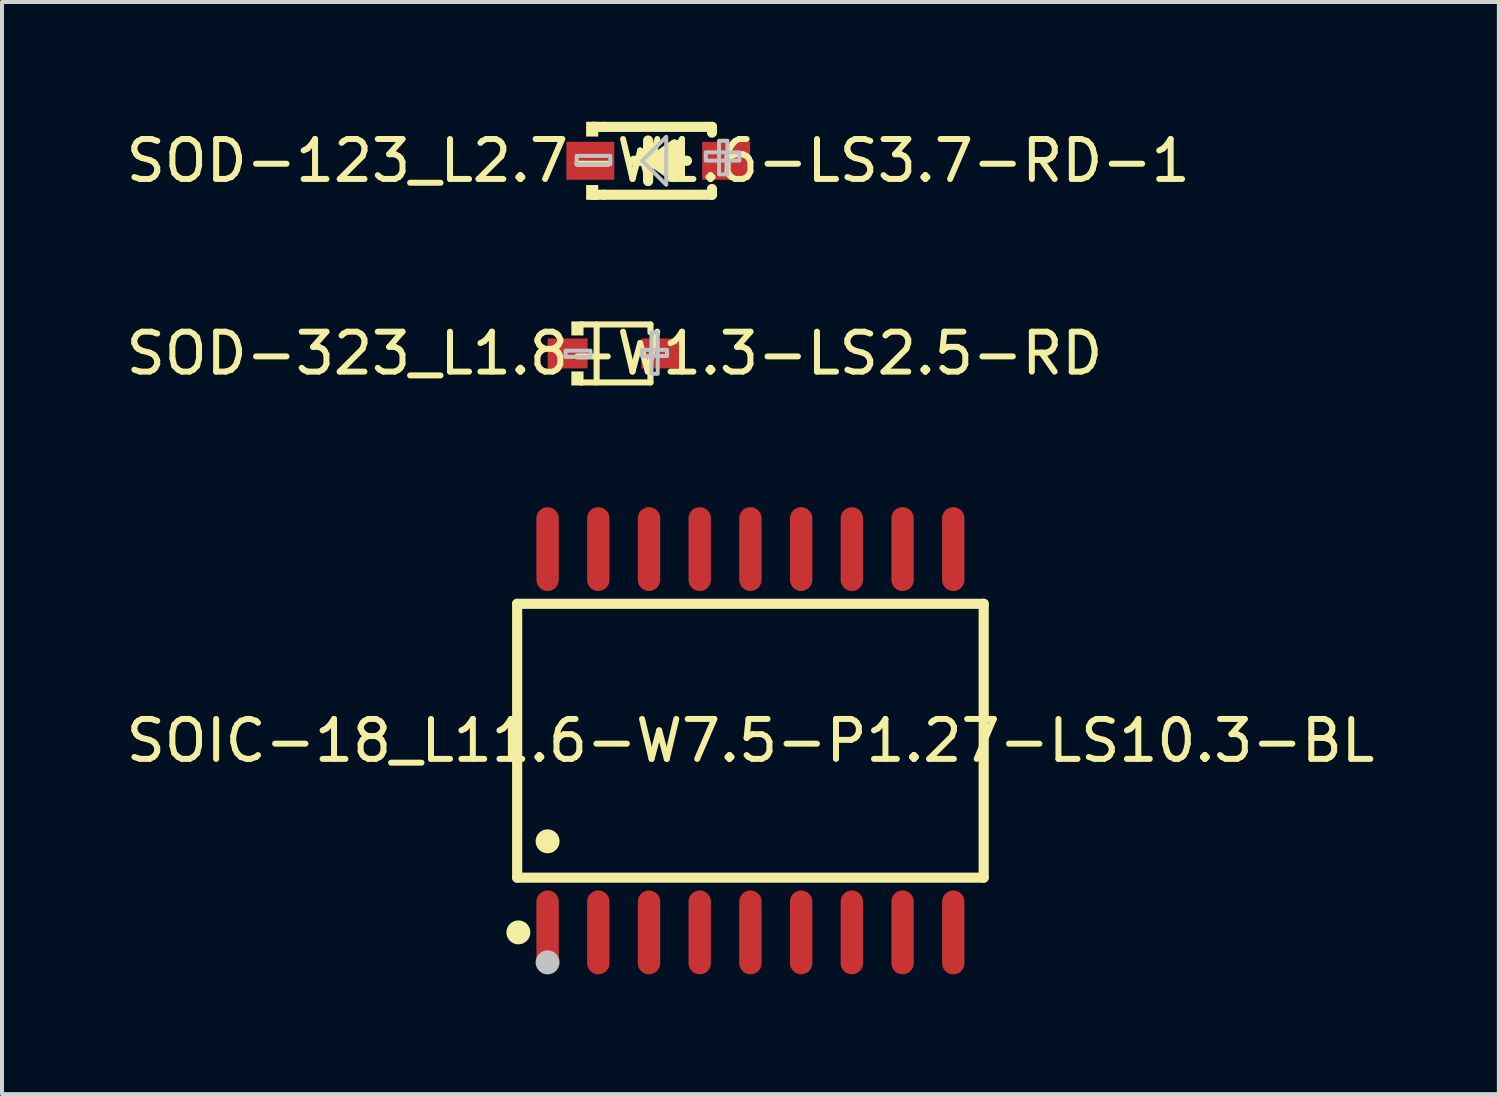
<source format=kicad_pcb>
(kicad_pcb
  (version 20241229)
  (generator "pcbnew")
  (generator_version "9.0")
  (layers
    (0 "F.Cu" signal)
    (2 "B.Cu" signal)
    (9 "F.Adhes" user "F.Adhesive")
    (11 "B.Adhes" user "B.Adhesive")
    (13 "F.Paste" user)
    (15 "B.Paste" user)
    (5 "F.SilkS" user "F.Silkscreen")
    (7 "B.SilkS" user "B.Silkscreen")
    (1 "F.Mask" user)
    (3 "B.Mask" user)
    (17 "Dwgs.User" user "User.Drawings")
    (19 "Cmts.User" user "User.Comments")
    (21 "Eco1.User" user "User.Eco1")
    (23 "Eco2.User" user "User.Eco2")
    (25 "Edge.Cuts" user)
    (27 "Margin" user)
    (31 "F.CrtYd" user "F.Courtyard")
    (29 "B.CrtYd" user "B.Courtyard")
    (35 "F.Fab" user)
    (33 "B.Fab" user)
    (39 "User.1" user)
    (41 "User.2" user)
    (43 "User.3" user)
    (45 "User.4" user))
  (footprint "SOD-123_L2.7-W1.6-LS3.7-RD-1"
    (layer "F.Cu")
    (at 13.435 0.977)
    (property "Reference" "SOD-123_L2.7-W1.6-LS3.7-RD-1" (at 0 0 0) (unlocked yes) (layer "F.SilkS") (effects (font (size 1 1) (thickness 0.15))))
    (fp_line (start -1.643 -0.85) (end -1.644 -0.849) (stroke (width 0.254) (type default)) (layer "F.SilkS"))
    (fp_line (start -1.638 0.85) (end -1.639 0.849) (stroke (width 0.254) (type default)) (layer "F.SilkS"))
    (fp_line (start -1.346 -0.85) (end -1.643 -0.85) (stroke (width 0.254) (type default)) (layer "F.SilkS"))
    (fp_line (start -1.346 -0.85) (end 1.346 -0.85) (stroke (width 0.254) (type default)) (layer "F.SilkS"))
    (fp_line (start -1.346 0.85) (end -1.638 0.85) (stroke (width 0.254) (type default)) (layer "F.SilkS"))
    (fp_line (start -0.28 0) (end -0.61 0) (stroke (width 0.254) (type default)) (layer "F.SilkS"))
    (fp_line (start -0.254 -0.508) (end -0.254 0.508) (stroke (width 0.254) (type default)) (layer "F.SilkS"))
    (fp_line (start -0.178 0) (end 0.406 -0.406) (stroke (width 0.254) (type default)) (layer "F.SilkS"))
    (fp_line (start 0.406 -0.406) (end 0.406 0.406) (stroke (width 0.254) (type default)) (layer "F.SilkS"))
    (fp_line (start 0.406 -0.001) (end 0.72 -0.001) (stroke (width 0.254) (type default)) (layer "F.SilkS"))
    (fp_line (start 0.406 0.406) (end -0.178 0) (stroke (width 0.254) (type default)) (layer "F.SilkS"))
    (fp_line (start 1.346 -0.85) (end 1.346 -0.706) (stroke (width 0.254) (type default)) (layer "F.SilkS"))
    (fp_line (start 1.346 0.706) (end 1.346 0.85) (stroke (width 0.254) (type default)) (layer "F.SilkS"))
    (fp_line (start 1.346 0.85) (end -1.346 0.85) (stroke (width 0.254) (type default)) (layer "F.SilkS"))
    (fp_poly (pts (xy 0.406 0.406) (xy 0.406 -0.406) (xy -0.178 0)) (stroke (width 0) (type default)) (fill yes) (layer "F.SilkS"))
    (fp_poly (pts (xy -1.502 -0.977) (xy -1.502 -0.607) (xy -1.806 -0.607) (xy -1.806 -0.977)) (stroke (width 0) (type default)) (fill yes) (layer "F.SilkS"))
    (fp_poly (pts (xy -1.502 0.977) (xy -1.502 0.607) (xy -1.806 0.607) (xy -1.806 0.977)) (stroke (width 0) (type default)) (fill yes) (layer "F.SilkS"))
    (fp_poly (pts (xy -0.4 0) (xy 0.2 0.6) (xy 0.2 -0.6)) (stroke (width 0.1) (type default)) (fill no) (layer "Dwgs.User"))
    (fp_poly (pts (xy -2.042 -0.124) (xy -1.2 -0.124) (xy -1.2 0.083) (xy -2.042 0.083)) (stroke (width 0.1) (type default)) (fill no) (layer "Dwgs.User"))
    (fp_poly (pts (xy 1.19 -0.212) (xy 2.032 -0.212) (xy 2.032 -0.005) (xy 1.19 -0.005)) (stroke (width 0.1) (type default)) (fill no) (layer "Dwgs.User"))
    (fp_poly (pts (xy 1.524 0.339) (xy 1.524 -0.503) (xy 1.732 -0.503) (xy 1.732 0.339)) (stroke (width 0.1) (type default)) (fill no) (layer "Dwgs.User"))
    (fp_poly (pts (xy -1.85 0.275) (xy -1.85 -0.275) (xy -1.5 -0.275) (xy -1.5 0.275)) (stroke (width 0.1) (type default)) (fill no) (layer "User.1"))
    (fp_poly (pts (xy -1.51 0.275) (xy -1.51 -0.275) (xy -1.34 -0.275) (xy -1.34 0.275)) (stroke (width 0.1) (type default)) (fill no) (layer "User.1"))
    (fp_poly (pts (xy 1.34 0.275) (xy 1.34 -0.275) (xy 1.51 -0.275) (xy 1.51 0.275)) (stroke (width 0.1) (type default)) (fill no) (layer "User.1"))
    (fp_poly (pts (xy 1.5 0.275) (xy 1.5 -0.275) (xy 1.85 -0.275) (xy 1.85 0.275)) (stroke (width 0.1) (type default)) (fill no) (layer "User.1"))
    (fp_line (start -1.35 -0.8) (end 1.35 -0.8) (stroke (width 0.051) (type default)) (layer "User.2"))
    (fp_line (start -1.35 0.8) (end -1.35 -0.8) (stroke (width 0.051) (type default)) (layer "User.2"))
    (fp_line (start 1.35 -0.8) (end 1.35 0.8) (stroke (width 0.051) (type default)) (layer "User.2"))
    (fp_line (start 1.35 0.8) (end -1.35 0.8) (stroke (width 0.051) (type default)) (layer "User.2"))
    (fp_poly (pts (xy -1.79 0.8) (xy -1.808 0.758) (xy -1.85 0.74) (xy -1.892 0.758) (xy -1.91 0.8) (xy -1.892 0.842) (xy -1.85 0.86) (xy -1.808 0.842)) (stroke (width 0.1) (type default)) (fill no) (layer "User.3"))
    (pad "1" smd rect (at -1.7 0) (size 1.2 0.95) (layers "F.Cu" "F.Mask" "F.Paste"))
    (pad "2" smd rect (at 1.7 0) (size 1.2 0.95) (layers "F.Cu" "F.Mask" "F.Paste")))
  (footprint "SOIC-18_L11.6-W7.5-P1.27-LS10.3-BL"
    (layer "F.Cu")
    (at 15.744 15.501)
    (property "Reference" "SOIC-18_L11.6-W7.5-P1.27-LS10.3-BL" (at 0 0 0) (unlocked yes) (layer "F.SilkS") (effects (font (size 1 1) (thickness 0.15))))
    (fp_line (start -5.842 -3.429) (end -5.842 3.429) (stroke (width 0.254) (type default)) (layer "F.SilkS"))
    (fp_line (start -5.842 3.429) (end 5.842 3.429) (stroke (width 0.254) (type default)) (layer "F.SilkS"))
    (fp_line (start 5.842 -3.429) (end -5.842 -3.429) (stroke (width 0.254) (type default)) (layer "F.SilkS"))
    (fp_line (start 5.842 3.429) (end 5.842 -3.429) (stroke (width 0.254) (type default)) (layer "F.SilkS"))
    (fp_circle (center -5.812 4.8) (end -5.662 4.8) (stroke (width 0.3) (type default)) (fill no) (layer "F.SilkS"))
    (fp_circle (center -5.08 2.519) (end -4.93 2.519) (stroke (width 0.3) (type default)) (fill no) (layer "F.SilkS"))
    (fp_circle (center -5.08 5.55) (end -4.93 5.55) (stroke (width 0.3) (type default)) (fill no) (layer "Dwgs.User"))
    (fp_poly (pts (xy -5.28 -5.15) (xy -5.28 -4.45) (xy -4.88 -4.45) (xy -4.88 -5.15)) (stroke (width 0.1) (type default)) (fill no) (layer "User.1"))
    (fp_poly (pts (xy -5.28 -4.46) (xy -5.28 -3.49) (xy -4.88 -3.49) (xy -4.88 -4.46)) (stroke (width 0.1) (type default)) (fill no) (layer "User.1"))
    (fp_poly (pts (xy -5.28 4.46) (xy -5.28 3.49) (xy -4.88 3.49) (xy -4.88 4.46)) (stroke (width 0.1) (type default)) (fill no) (layer "User.1"))
    (fp_poly (pts (xy -5.28 5.15) (xy -5.28 4.45) (xy -4.88 4.45) (xy -4.88 5.15)) (stroke (width 0.1) (type default)) (fill no) (layer "User.1"))
    (fp_poly (pts (xy -4.01 -5.15) (xy -4.01 -4.45) (xy -3.61 -4.45) (xy -3.61 -5.15)) (stroke (width 0.1) (type default)) (fill no) (layer "User.1"))
    (fp_poly (pts (xy -4.01 -4.46) (xy -4.01 -3.49) (xy -3.61 -3.49) (xy -3.61 -4.46)) (stroke (width 0.1) (type default)) (fill no) (layer "User.1"))
    (fp_poly (pts (xy -4.01 4.46) (xy -4.01 3.49) (xy -3.61 3.49) (xy -3.61 4.46)) (stroke (width 0.1) (type default)) (fill no) (layer "User.1"))
    (fp_poly (pts (xy -4.01 5.15) (xy -4.01 4.45) (xy -3.61 4.45) (xy -3.61 5.15)) (stroke (width 0.1) (type default)) (fill no) (layer "User.1"))
    (fp_poly (pts (xy -2.74 -5.15) (xy -2.74 -4.45) (xy -2.34 -4.45) (xy -2.34 -5.15)) (stroke (width 0.1) (type default)) (fill no) (layer "User.1"))
    (fp_poly (pts (xy -2.74 -4.46) (xy -2.74 -3.49) (xy -2.34 -3.49) (xy -2.34 -4.46)) (stroke (width 0.1) (type default)) (fill no) (layer "User.1"))
    (fp_poly (pts (xy -2.74 4.46) (xy -2.74 3.49) (xy -2.34 3.49) (xy -2.34 4.46)) (stroke (width 0.1) (type default)) (fill no) (layer "User.1"))
    (fp_poly (pts (xy -2.74 5.15) (xy -2.74 4.45) (xy -2.34 4.45) (xy -2.34 5.15)) (stroke (width 0.1) (type default)) (fill no) (layer "User.1"))
    (fp_poly (pts (xy -1.47 -5.15) (xy -1.47 -4.45) (xy -1.07 -4.45) (xy -1.07 -5.15)) (stroke (width 0.1) (type default)) (fill no) (layer "User.1"))
    (fp_poly (pts (xy -1.47 -4.46) (xy -1.47 -3.49) (xy -1.07 -3.49) (xy -1.07 -4.46)) (stroke (width 0.1) (type default)) (fill no) (layer "User.1"))
    (fp_poly (pts (xy -1.47 4.46) (xy -1.47 3.49) (xy -1.07 3.49) (xy -1.07 4.46)) (stroke (width 0.1) (type default)) (fill no) (layer "User.1"))
    (fp_poly (pts (xy -1.47 5.15) (xy -1.47 4.45) (xy -1.07 4.45) (xy -1.07 5.15)) (stroke (width 0.1) (type default)) (fill no) (layer "User.1"))
    (fp_poly (pts (xy -0.2 -5.15) (xy -0.2 -4.45) (xy 0.2 -4.45) (xy 0.2 -5.15)) (stroke (width 0.1) (type default)) (fill no) (layer "User.1"))
    (fp_poly (pts (xy -0.2 -4.46) (xy -0.2 -3.49) (xy 0.2 -3.49) (xy 0.2 -4.46)) (stroke (width 0.1) (type default)) (fill no) (layer "User.1"))
    (fp_poly (pts (xy -0.2 4.46) (xy -0.2 3.49) (xy 0.2 3.49) (xy 0.2 4.46)) (stroke (width 0.1) (type default)) (fill no) (layer "User.1"))
    (fp_poly (pts (xy -0.2 5.15) (xy -0.2 4.45) (xy 0.2 4.45) (xy 0.2 5.15)) (stroke (width 0.1) (type default)) (fill no) (layer "User.1"))
    (fp_poly (pts (xy 1.07 -5.15) (xy 1.07 -4.45) (xy 1.47 -4.45) (xy 1.47 -5.15)) (stroke (width 0.1) (type default)) (fill no) (layer "User.1"))
    (fp_poly (pts (xy 1.07 -4.46) (xy 1.07 -3.49) (xy 1.47 -3.49) (xy 1.47 -4.46)) (stroke (width 0.1) (type default)) (fill no) (layer "User.1"))
    (fp_poly (pts (xy 1.07 4.46) (xy 1.07 3.49) (xy 1.47 3.49) (xy 1.47 4.46)) (stroke (width 0.1) (type default)) (fill no) (layer "User.1"))
    (fp_poly (pts (xy 1.07 5.15) (xy 1.07 4.45) (xy 1.47 4.45) (xy 1.47 5.15)) (stroke (width 0.1) (type default)) (fill no) (layer "User.1"))
    (fp_poly (pts (xy 2.34 -5.15) (xy 2.34 -4.45) (xy 2.74 -4.45) (xy 2.74 -5.15)) (stroke (width 0.1) (type default)) (fill no) (layer "User.1"))
    (fp_poly (pts (xy 2.34 -4.46) (xy 2.34 -3.49) (xy 2.74 -3.49) (xy 2.74 -4.46)) (stroke (width 0.1) (type default)) (fill no) (layer "User.1"))
    (fp_poly (pts (xy 2.34 4.46) (xy 2.34 3.49) (xy 2.74 3.49) (xy 2.74 4.46)) (stroke (width 0.1) (type default)) (fill no) (layer "User.1"))
    (fp_poly (pts (xy 2.34 5.15) (xy 2.34 4.45) (xy 2.74 4.45) (xy 2.74 5.15)) (stroke (width 0.1) (type default)) (fill no) (layer "User.1"))
    (fp_poly (pts (xy 3.61 -5.15) (xy 3.61 -4.45) (xy 4.01 -4.45) (xy 4.01 -5.15)) (stroke (width 0.1) (type default)) (fill no) (layer "User.1"))
    (fp_poly (pts (xy 3.61 -4.46) (xy 3.61 -3.49) (xy 4.01 -3.49) (xy 4.01 -4.46)) (stroke (width 0.1) (type default)) (fill no) (layer "User.1"))
    (fp_poly (pts (xy 3.61 4.46) (xy 3.61 3.49) (xy 4.01 3.49) (xy 4.01 4.46)) (stroke (width 0.1) (type default)) (fill no) (layer "User.1"))
    (fp_poly (pts (xy 3.61 5.15) (xy 3.61 4.45) (xy 4.01 4.45) (xy 4.01 5.15)) (stroke (width 0.1) (type default)) (fill no) (layer "User.1"))
    (fp_poly (pts (xy 4.88 -5.15) (xy 4.88 -4.45) (xy 5.28 -4.45) (xy 5.28 -5.15)) (stroke (width 0.1) (type default)) (fill no) (layer "User.1"))
    (fp_poly (pts (xy 4.88 -4.46) (xy 4.88 -3.49) (xy 5.28 -3.49) (xy 5.28 -4.46)) (stroke (width 0.1) (type default)) (fill no) (layer "User.1"))
    (fp_poly (pts (xy 4.88 4.46) (xy 4.88 3.49) (xy 5.28 3.49) (xy 5.28 4.46)) (stroke (width 0.1) (type default)) (fill no) (layer "User.1"))
    (fp_poly (pts (xy 4.88 5.15) (xy 4.88 4.45) (xy 5.28 4.45) (xy 5.28 5.15)) (stroke (width 0.1) (type default)) (fill no) (layer "User.1"))
    (fp_line (start -5.775 -3.75) (end 5.775 -3.75) (stroke (width 0.051) (type default)) (layer "User.2"))
    (fp_line (start -5.775 3.75) (end -5.775 -3.75) (stroke (width 0.051) (type default)) (layer "User.2"))
    (fp_line (start 5.775 -3.75) (end 5.776 3.75) (stroke (width 0.051) (type default)) (layer "User.2"))
    (fp_line (start 5.776 3.75) (end -5.775 3.75) (stroke (width 0.051) (type default)) (layer "User.2"))
    (fp_poly (pts (xy -5.715 5.15) (xy -5.733 5.108) (xy -5.775 5.09) (xy -5.817 5.108) (xy -5.835 5.15) (xy -5.817 5.192) (xy -5.775 5.21) (xy -5.733 5.192)) (stroke (width 0.1) (type default)) (fill no) (layer "User.3"))
    (pad "1" smd oval (at -5.08 4.8) (size 0.56 2.1) (layers "F.Cu" "F.Mask" "F.Paste"))
    (pad "2" smd oval (at -3.81 4.8) (size 0.56 2.1) (layers "F.Cu" "F.Mask" "F.Paste"))
    (pad "3" smd oval (at -2.54 4.8) (size 0.56 2.1) (layers "F.Cu" "F.Mask" "F.Paste"))
    (pad "4" smd oval (at -1.27 4.8) (size 0.56 2.1) (layers "F.Cu" "F.Mask" "F.Paste"))
    (pad "5" smd oval (at 0 4.8) (size 0.56 2.1) (layers "F.Cu" "F.Mask" "F.Paste"))
    (pad "6" smd oval (at 1.27 4.8) (size 0.56 2.1) (layers "F.Cu" "F.Mask" "F.Paste"))
    (pad "7" smd oval (at 2.54 4.8) (size 0.56 2.1) (layers "F.Cu" "F.Mask" "F.Paste"))
    (pad "8" smd oval (at 3.81 4.8) (size 0.56 2.1) (layers "F.Cu" "F.Mask" "F.Paste"))
    (pad "9" smd oval (at 5.08 4.8) (size 0.56 2.1) (layers "F.Cu" "F.Mask" "F.Paste"))
    (pad "10" smd oval (at 5.08 -4.8) (size 0.56 2.1) (layers "F.Cu" "F.Mask" "F.Paste"))
    (pad "11" smd oval (at 3.81 -4.8) (size 0.56 2.1) (layers "F.Cu" "F.Mask" "F.Paste"))
    (pad "12" smd oval (at 2.54 -4.8) (size 0.56 2.1) (layers "F.Cu" "F.Mask" "F.Paste"))
    (pad "13" smd oval (at 1.27 -4.8) (size 0.56 2.1) (layers "F.Cu" "F.Mask" "F.Paste"))
    (pad "14" smd oval (at 0 -4.8) (size 0.56 2.1) (layers "F.Cu" "F.Mask" "F.Paste"))
    (pad "15" smd oval (at -1.27 -4.8) (size 0.56 2.1) (layers "F.Cu" "F.Mask" "F.Paste"))
    (pad "16" smd oval (at -2.54 -4.8) (size 0.56 2.1) (layers "F.Cu" "F.Mask" "F.Paste"))
    (pad "17" smd oval (at -3.81 -4.8) (size 0.56 2.1) (layers "F.Cu" "F.Mask" "F.Paste"))
    (pad "18" smd oval (at -5.08 -4.8) (size 0.56 2.1) (layers "F.Cu" "F.Mask" "F.Paste")))
  (footprint "SOD-323_L1.8-W1.3-LS2.5-RD"
    (layer "F.Cu")
    (at 12.339 5.802)
    (property "Reference" "SOD-323_L1.8-W1.3-LS2.5-RD" (at 0 0 0) (unlocked yes) (layer "F.SilkS") (effects (font (size 1 1) (thickness 0.15))))
    (fp_line (start -0.851 -0.726) (end 0.901 -0.726) (stroke (width 0.152) (type default)) (layer "F.SilkS"))
    (fp_line (start -0.851 0.726) (end 0.901 0.726) (stroke (width 0.152) (type default)) (layer "F.SilkS"))
    (fp_line (start -0.447 -0.726) (end -0.447 0.726) (stroke (width 0.152) (type default)) (layer "F.SilkS"))
    (fp_line (start 0.901 -0.726) (end 0.901 -0.53) (stroke (width 0.152) (type default)) (layer "F.SilkS"))
    (fp_line (start 0.901 0.726) (end 0.901 0.52) (stroke (width 0.152) (type default)) (layer "F.SilkS"))
    (fp_poly (pts (xy -0.775 -0.802) (xy -0.775 -0.45) (xy -1.08 -0.45) (xy -1.08 -0.802)) (stroke (width 0) (type default)) (fill yes) (layer "F.SilkS"))
    (fp_poly (pts (xy -0.775 0.802) (xy -0.775 0.45) (xy -1.08 0.45) (xy -1.08 0.802)) (stroke (width 0) (type default)) (fill yes) (layer "F.SilkS"))
    (fp_poly (pts (xy -1.225 -0.07) (xy -1.225 0.086) (xy -0.601 0.086) (xy -0.601 -0.07)) (stroke (width 0.1) (type default)) (fill no) (layer "Dwgs.User"))
    (fp_poly (pts (xy 1.083 -0.53) (xy 1.083 0.51) (xy 0.927 0.51) (xy 0.927 -0.53)) (stroke (width 0.1) (type default)) (fill no) (layer "Dwgs.User"))
    (fp_poly (pts (xy 1.315 -0.09) (xy 1.315 0.066) (xy 0.691 0.066) (xy 0.691 -0.09)) (stroke (width 0.1) (type default)) (fill no) (layer "Dwgs.User"))
    (fp_poly (pts (xy -0.925 -0.16) (xy -0.925 0.16) (xy -1.225 0.16) (xy -1.225 -0.16)) (stroke (width 0.1) (type default)) (fill no) (layer "User.1"))
    (fp_poly (pts (xy -0.815 -0.16) (xy -0.815 0.16) (xy -0.935 0.16) (xy -0.935 -0.16)) (stroke (width 0.1) (type default)) (fill no) (layer "User.1"))
    (fp_poly (pts (xy 0.985 -0.16) (xy 0.985 0.16) (xy 0.865 0.16) (xy 0.865 -0.16)) (stroke (width 0.1) (type default)) (fill no) (layer "User.1"))
    (fp_poly (pts (xy 1.275 -0.16) (xy 1.275 0.16) (xy 0.975 0.16) (xy 0.975 -0.16)) (stroke (width 0.1) (type default)) (fill no) (layer "User.1"))
    (fp_line (start -0.825 -0.65) (end 0.875 -0.65) (stroke (width 0.051) (type default)) (layer "User.2"))
    (fp_line (start -0.825 0.65) (end -0.825 -0.65) (stroke (width 0.051) (type default)) (layer "User.2"))
    (fp_line (start 0.875 -0.65) (end 0.875 0.65) (stroke (width 0.051) (type default)) (layer "User.2"))
    (fp_line (start 0.875 0.65) (end -0.825 0.65) (stroke (width 0.051) (type default)) (layer "User.2"))
    (fp_poly (pts (xy -1.165 0.65) (xy -1.183 0.608) (xy -1.225 0.59) (xy -1.267 0.608) (xy -1.285 0.65) (xy -1.267 0.692) (xy -1.225 0.71) (xy -1.183 0.692)) (stroke (width 0.1) (type default)) (fill no) (layer "User.3"))
    (pad "1" smd rect (at -1.173 0) (size 1 0.75) (layers "F.Cu" "F.Mask" "F.Paste"))
    (pad "2" smd rect (at 1.173 0) (size 1 0.75) (layers "F.Cu" "F.Mask" "F.Paste")))
  (gr_rect
    (start -3 -3)
    (end 34.488 24.351)
    (stroke (width 0.1) (type default))
    (fill no)
    (layer "Edge.Cuts")))
</source>
